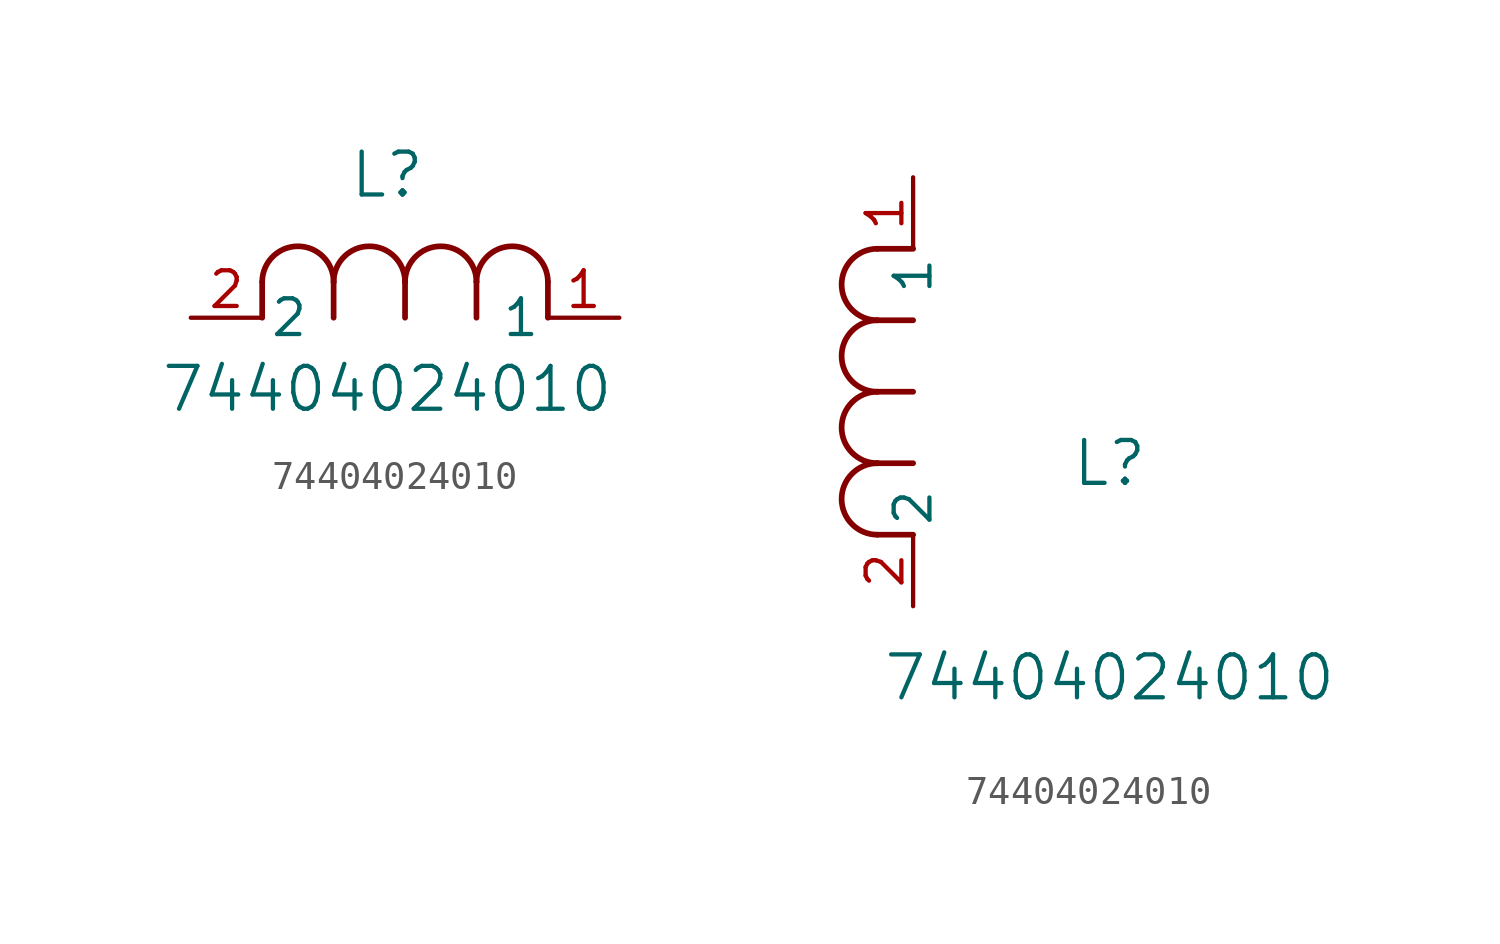
<source format=kicad_sym>
(kicad_symbol_lib
  (version 20211014)
  (generator kicad_symbol_editor)
  (symbol "74404024010"
    (pin_names
      (offset 0.254))
    (property "Reference" "L"
      (at 6.985 5.08 0)
      (effects (font (size 1.524 1.524))))
    (property "Value" "74404024010"
      (at 6.985 -2.54 0)
      (effects (font (size 1.524 1.524))))
    (symbol "74404024010_1_1"
      (arc (start 7.62 1.27) (mid 6.35 2.54) (end 5.08 1.27) (stroke (width 0.2032) (type default) (color 0 0 0 0)) (fill (type none)))
      (polyline (pts (xy 5.08 0) (xy 5.08 1.27)) (stroke (width 0.203) (type default) (color 0 0 0 0)) (fill (type none)))
      (polyline (pts (xy 7.62 0) (xy 7.62 1.27)) (stroke (width 0.203) (type default) (color 0 0 0 0)) (fill (type none)))
      (polyline (pts (xy 12.7 0) (xy 12.7 1.27)) (stroke (width 0.203) (type default) (color 0 0 0 0)) (fill (type none)))
      (arc (start 5.08 1.27) (mid 3.81 2.54) (end 2.54 1.27) (stroke (width 0.2032) (type default) (color 0 0 0 0)) (fill (type none)))
      (arc (start 10.16 1.27) (mid 8.89 2.54) (end 7.62 1.27) (stroke (width 0.2032) (type default) (color 0 0 0 0)) (fill (type none)))
      (arc (start 12.7 1.27) (mid 11.43 2.54) (end 10.16 1.27) (stroke (width 0.2032) (type default) (color 0 0 0 0)) (fill (type none)))
      (polyline (pts (xy 2.54 0) (xy 2.54 1.27)) (stroke (width 0.203) (type default) (color 0 0 0 0)) (fill (type none)))
      (polyline (pts (xy 10.16 0) (xy 10.16 1.27)) (stroke (width 0.203) (type default) (color 0 0 0 0)) (fill (type none)))
      (pin unspecified line (at 0 0 0) (length 2.54) (name "2" (effects (font (size 1.27 1.27)))) (number "2" (effects (font (size 1.27 1.27)))))
      (pin unspecified line (at 15.24 0 180) (length 2.54) (name "1" (effects (font (size 1.27 1.27)))) (number "1" (effects (font (size 1.27 1.27))))))
    (symbol "74404024010_1_2"
      (arc (start -1.27 7.62) (mid -2.54 6.35) (end -1.27 5.08) (stroke (width 0.2032) (type default) (color 0 0 0 0)) (fill (type none)))
      (arc (start -1.27 5.08) (mid -2.54 3.81) (end -1.27 2.54) (stroke (width 0.2032) (type default) (color 0 0 0 0)) (fill (type none)))
      (arc (start -1.27 12.7) (mid -2.54 11.43) (end -1.27 10.16) (stroke (width 0.2032) (type default) (color 0 0 0 0)) (fill (type none)))
      (arc (start -1.27 10.16) (mid -2.54 8.89) (end -1.27 7.62) (stroke (width 0.2032) (type default) (color 0 0 0 0)) (fill (type none)))
      (polyline (pts (xy 0 7.62) (xy -1.27 7.62)) (stroke (width 0.203) (type default) (color 0 0 0 0)) (fill (type none)))
      (polyline (pts (xy 0 5.08) (xy -1.27 5.08)) (stroke (width 0.203) (type default) (color 0 0 0 0)) (fill (type none)))
      (polyline (pts (xy 0 12.7) (xy -1.27 12.7)) (stroke (width 0.203) (type default) (color 0 0 0 0)) (fill (type none)))
      (polyline (pts (xy 0 2.54) (xy -1.27 2.54)) (stroke (width 0.203) (type default) (color 0 0 0 0)) (fill (type none)))
      (polyline (pts (xy 0 10.16) (xy -1.27 10.16)) (stroke (width 0.203) (type default) (color 0 0 0 0)) (fill (type none)))
      (pin unspecified line (at 0 0 90) (length 2.54) (name "2" (effects (font (size 1.27 1.27)))) (number "2" (effects (font (size 1.27 1.27)))))
      (pin unspecified line (at 0 15.24 270) (length 2.54) (name "1" (effects (font (size 1.27 1.27)))) (number "1" (effects (font (size 1.27 1.27))))))))
</source>
